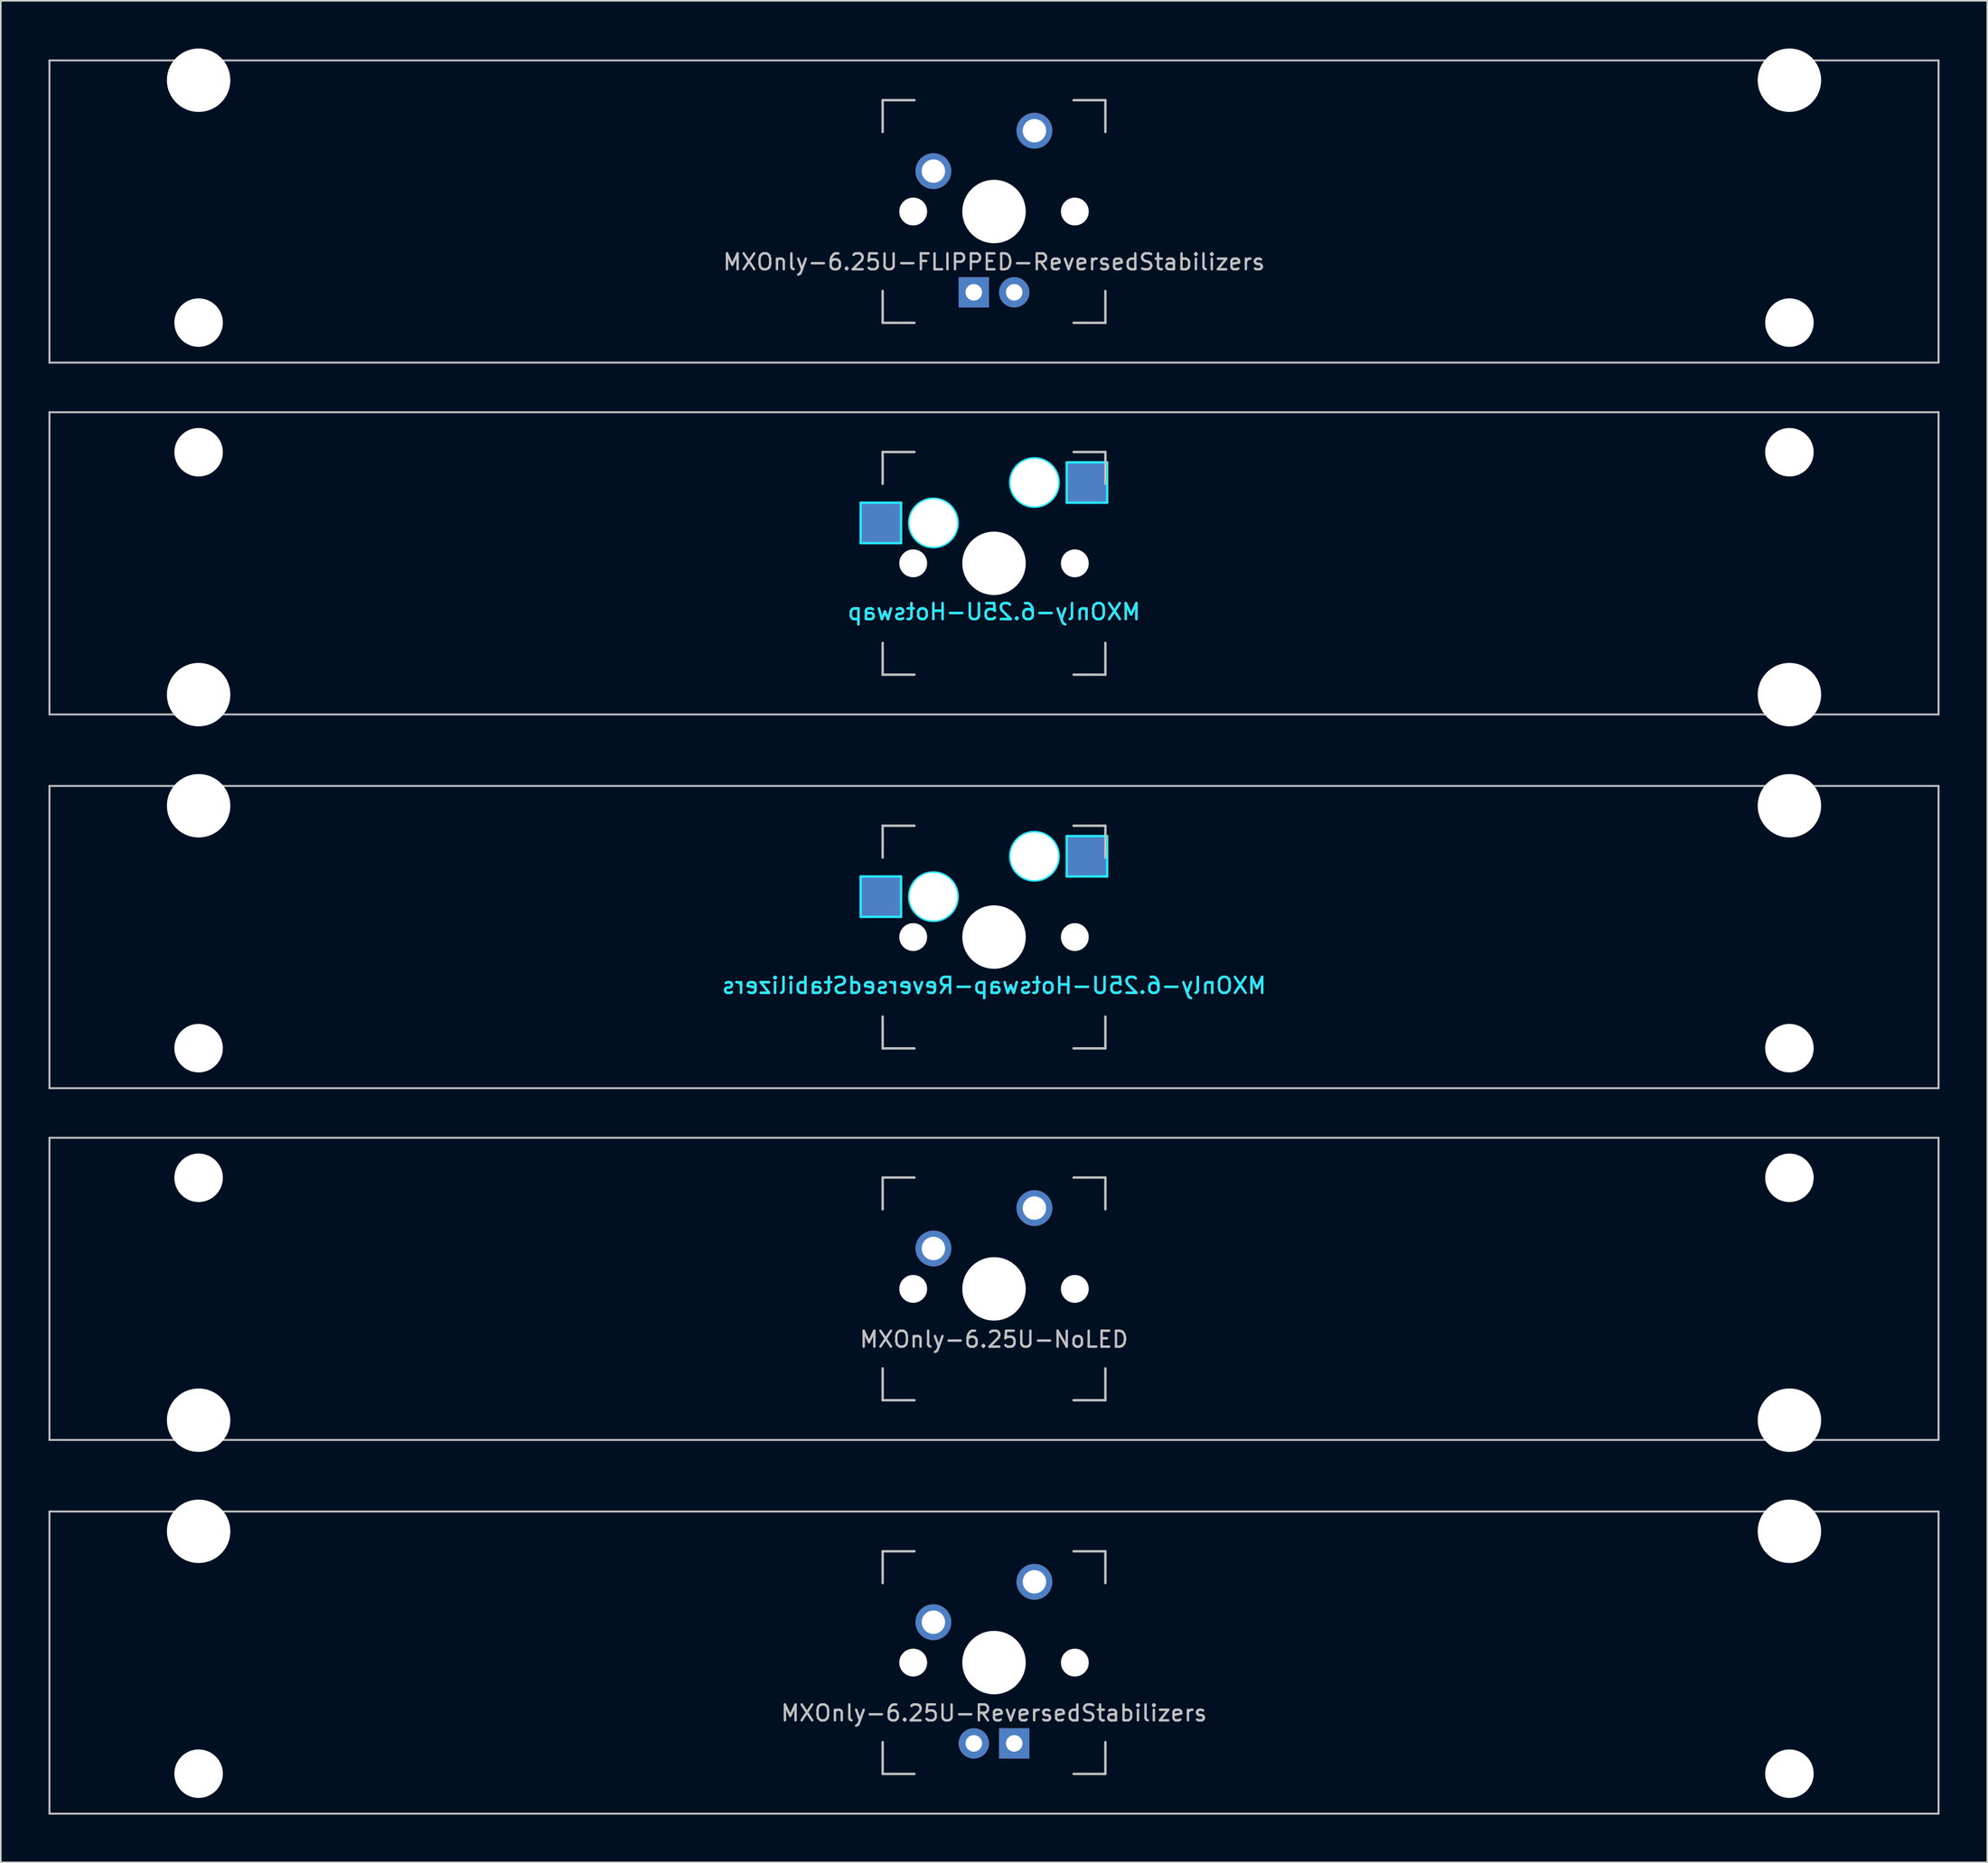
<source format=kicad_pcb>
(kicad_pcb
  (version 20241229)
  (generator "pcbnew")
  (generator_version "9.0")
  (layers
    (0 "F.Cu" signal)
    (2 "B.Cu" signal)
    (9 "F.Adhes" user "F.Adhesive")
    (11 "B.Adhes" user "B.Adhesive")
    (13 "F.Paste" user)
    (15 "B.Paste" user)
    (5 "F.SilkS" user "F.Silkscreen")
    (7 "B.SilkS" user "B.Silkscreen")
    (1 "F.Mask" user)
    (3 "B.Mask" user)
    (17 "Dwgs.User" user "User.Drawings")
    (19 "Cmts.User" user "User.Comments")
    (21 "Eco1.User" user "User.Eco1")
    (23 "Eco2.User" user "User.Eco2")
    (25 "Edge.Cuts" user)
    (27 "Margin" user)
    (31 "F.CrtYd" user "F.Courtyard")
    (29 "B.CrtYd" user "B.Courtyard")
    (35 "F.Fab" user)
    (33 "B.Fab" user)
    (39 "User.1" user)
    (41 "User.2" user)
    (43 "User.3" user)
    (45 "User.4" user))
  (footprint "MXOnly-6.25U-ReversedStabilizers"
    (layer "F.Cu")
    (at 59.435 101.484)
    (property "Reference" "MXOnly-6.25U-ReversedStabilizers" (at 0 3.175 0) (layer "Dwgs.User") (effects (font (size 1 1) (thickness 0.15))))
    (attr through_hole)
    (fp_line (start -59.375 -9.5) (end -59.375 9.5) (stroke (width 0.12) (type solid)) (layer "Dwgs.User"))
    (fp_line (start -59.375 9.5) (end 59.375 9.5) (stroke (width 0.12) (type solid)) (layer "Dwgs.User"))
    (fp_line (start -7 -7) (end -7 -5) (stroke (width 0.15) (type solid)) (layer "Dwgs.User"))
    (fp_line (start -7 5) (end -7 7) (stroke (width 0.15) (type solid)) (layer "Dwgs.User"))
    (fp_line (start -7 7) (end -5 7) (stroke (width 0.15) (type solid)) (layer "Dwgs.User"))
    (fp_line (start -5 -7) (end -7 -7) (stroke (width 0.15) (type solid)) (layer "Dwgs.User"))
    (fp_line (start 5 -7) (end 7 -7) (stroke (width 0.15) (type solid)) (layer "Dwgs.User"))
    (fp_line (start 5 7) (end 7 7) (stroke (width 0.15) (type solid)) (layer "Dwgs.User"))
    (fp_line (start 7 -7) (end 7 -5) (stroke (width 0.15) (type solid)) (layer "Dwgs.User"))
    (fp_line (start 7 7) (end 7 5) (stroke (width 0.15) (type solid)) (layer "Dwgs.User"))
    (fp_line (start 59.375 -9.5) (end -59.375 -9.5) (stroke (width 0.12) (type solid)) (layer "Dwgs.User"))
    (fp_line (start 59.375 9.5) (end 59.375 -9.5) (stroke (width 0.12) (type solid)) (layer "Dwgs.User"))
    (pad "" np_thru_hole circle (at -50 -8.255) (size 3.988 3.988) (drill 3.988) (layers "*.Cu" "*.Mask"))
    (pad "" np_thru_hole circle (at -50 6.985) (size 3.048 3.048) (drill 3.048) (layers "*.Cu" "*.Mask"))
    (pad "" np_thru_hole circle (at -5.08 0 48.1) (size 1.75 1.75) (drill 1.75) (layers "*.Cu" "*.Mask"))
    (pad "" np_thru_hole circle (at 0 0) (size 3.988 3.988) (drill 3.988) (layers "*.Cu" "*.Mask"))
    (pad "" np_thru_hole circle (at 5.08 0 48.1) (size 1.75 1.75) (drill 1.75) (layers "*.Cu" "*.Mask"))
    (pad "" np_thru_hole circle (at 50 -8.255) (size 3.988 3.988) (drill 3.988) (layers "*.Cu" "*.Mask"))
    (pad "" np_thru_hole circle (at 50 6.985) (size 3.048 3.048) (drill 3.048) (layers "*.Cu" "*.Mask"))
    (pad "1" thru_hole circle (at -3.81 -2.54) (size 2.25 2.25) (drill 1.47) (layers "*.Cu" "B.Mask"))
    (pad "2" thru_hole circle (at 2.54 -5.08) (size 2.25 2.25) (drill 1.47) (layers "*.Cu" "B.Mask"))
    (pad "3" thru_hole circle (at -1.27 5.08) (size 1.905 1.905) (drill 1.04) (layers "*.Cu" "B.Mask"))
    (pad "4" thru_hole rect (at 1.27 5.08) (size 1.905 1.905) (drill 1.04) (layers "*.Cu" "B.Mask")))
  (footprint "MXOnly-6.25U-FLIPPED-ReversedStabilizers"
    (layer "F.Cu")
    (at 59.435 10.249)
    (property "Reference" "MXOnly-6.25U-FLIPPED-ReversedStabilizers" (at 0 3.175 0) (layer "Dwgs.User") (effects (font (size 1 1) (thickness 0.15))))
    (attr through_hole)
    (fp_line (start -59.375 -9.5) (end -59.375 9.5) (stroke (width 0.12) (type solid)) (layer "Dwgs.User"))
    (fp_line (start -59.375 9.5) (end 59.375 9.5) (stroke (width 0.12) (type solid)) (layer "Dwgs.User"))
    (fp_line (start -7 -7) (end -7 -5) (stroke (width 0.15) (type solid)) (layer "Dwgs.User"))
    (fp_line (start -7 5) (end -7 7) (stroke (width 0.15) (type solid)) (layer "Dwgs.User"))
    (fp_line (start -7 7) (end -5 7) (stroke (width 0.15) (type solid)) (layer "Dwgs.User"))
    (fp_line (start -5 -7) (end -7 -7) (stroke (width 0.15) (type solid)) (layer "Dwgs.User"))
    (fp_line (start 5 -7) (end 7 -7) (stroke (width 0.15) (type solid)) (layer "Dwgs.User"))
    (fp_line (start 5 7) (end 7 7) (stroke (width 0.15) (type solid)) (layer "Dwgs.User"))
    (fp_line (start 7 -7) (end 7 -5) (stroke (width 0.15) (type solid)) (layer "Dwgs.User"))
    (fp_line (start 7 7) (end 7 5) (stroke (width 0.15) (type solid)) (layer "Dwgs.User"))
    (fp_line (start 59.375 -9.5) (end -59.375 -9.5) (stroke (width 0.12) (type solid)) (layer "Dwgs.User"))
    (fp_line (start 59.375 9.5) (end 59.375 -9.5) (stroke (width 0.12) (type solid)) (layer "Dwgs.User"))
    (pad "" np_thru_hole circle (at -50 -8.255) (size 3.988 3.988) (drill 3.988) (layers "*.Cu" "*.Mask"))
    (pad "" np_thru_hole circle (at -50 6.985) (size 3.048 3.048) (drill 3.048) (layers "*.Cu" "*.Mask"))
    (pad "" np_thru_hole circle (at -5.08 0 48.1) (size 1.75 1.75) (drill 1.75) (layers "*.Cu" "*.Mask"))
    (pad "" np_thru_hole circle (at 0 0) (size 3.988 3.988) (drill 3.988) (layers "*.Cu" "*.Mask"))
    (pad "" np_thru_hole circle (at 5.08 0 48.1) (size 1.75 1.75) (drill 1.75) (layers "*.Cu" "*.Mask"))
    (pad "" np_thru_hole circle (at 50 -8.255) (size 3.988 3.988) (drill 3.988) (layers "*.Cu" "*.Mask"))
    (pad "" np_thru_hole circle (at 50 6.985) (size 3.048 3.048) (drill 3.048) (layers "*.Cu" "*.Mask"))
    (pad "1" thru_hole circle (at -3.81 -2.54) (size 2.25 2.25) (drill 1.47) (layers "*.Cu" "B.Mask"))
    (pad "2" thru_hole circle (at 2.54 -5.08) (size 2.25 2.25) (drill 1.47) (layers "*.Cu" "B.Mask"))
    (pad "3" thru_hole circle (at 1.27 5.08) (size 1.905 1.905) (drill 1.04) (layers "*.Cu" "B.Mask"))
    (pad "4" thru_hole rect (at -1.27 5.08) (size 1.905 1.905) (drill 1.04) (layers "*.Cu" "B.Mask")))
  (footprint "MXOnly-6.25U-Hotswap"
    (layer "F.Cu")
    (at 59.435 32.369)
    (property "Reference" "MXOnly-6.25U-Hotswap" (at 0 3.048 0) (layer "B.CrtYd") (effects (font (size 1 1) (thickness 0.15)) (justify mirror)))
    (attr smd)
    (fp_line (start -59.375 -9.5) (end -59.375 9.5) (stroke (width 0.12) (type solid)) (layer "Dwgs.User"))
    (fp_line (start -59.375 9.5) (end 59.375 9.5) (stroke (width 0.12) (type solid)) (layer "Dwgs.User"))
    (fp_line (start -7 -7) (end -7 -5) (stroke (width 0.15) (type solid)) (layer "Dwgs.User"))
    (fp_line (start -7 5) (end -7 7) (stroke (width 0.15) (type solid)) (layer "Dwgs.User"))
    (fp_line (start -7 7) (end -5 7) (stroke (width 0.15) (type solid)) (layer "Dwgs.User"))
    (fp_line (start -5 -7) (end -7 -7) (stroke (width 0.15) (type solid)) (layer "Dwgs.User"))
    (fp_line (start 5 -7) (end 7 -7) (stroke (width 0.15) (type solid)) (layer "Dwgs.User"))
    (fp_line (start 5 7) (end 7 7) (stroke (width 0.15) (type solid)) (layer "Dwgs.User"))
    (fp_line (start 7 -7) (end 7 -5) (stroke (width 0.15) (type solid)) (layer "Dwgs.User"))
    (fp_line (start 7 7) (end 7 5) (stroke (width 0.15) (type solid)) (layer "Dwgs.User"))
    (fp_line (start 59.375 -9.5) (end -59.375 -9.5) (stroke (width 0.12) (type solid)) (layer "Dwgs.User"))
    (fp_line (start 59.375 9.5) (end 59.375 -9.5) (stroke (width 0.12) (type solid)) (layer "Dwgs.User"))
    (fp_line (start -8.382 -3.81) (end -5.842 -3.81) (stroke (width 0.15) (type solid)) (layer "B.CrtYd"))
    (fp_line (start -8.382 -1.27) (end -8.382 -3.81) (stroke (width 0.15) (type solid)) (layer "B.CrtYd"))
    (fp_line (start -5.842 -3.81) (end -5.842 -1.27) (stroke (width 0.15) (type solid)) (layer "B.CrtYd"))
    (fp_line (start -5.842 -1.27) (end -8.382 -1.27) (stroke (width 0.15) (type solid)) (layer "B.CrtYd"))
    (fp_line (start 4.572 -6.35) (end 7.112 -6.35) (stroke (width 0.15) (type solid)) (layer "B.CrtYd"))
    (fp_line (start 4.572 -3.81) (end 4.572 -6.35) (stroke (width 0.15) (type solid)) (layer "B.CrtYd"))
    (fp_line (start 7.112 -6.35) (end 7.112 -3.81) (stroke (width 0.15) (type solid)) (layer "B.CrtYd"))
    (fp_line (start 7.112 -3.81) (end 4.572 -3.81) (stroke (width 0.15) (type solid)) (layer "B.CrtYd"))
    (fp_circle (center -3.81 -2.54) (end -3.81 -4.064) (stroke (width 0.15) (type solid)) (fill no) (layer "B.CrtYd"))
    (fp_circle (center 2.54 -5.08) (end 2.54 -6.604) (stroke (width 0.15) (type solid)) (fill no) (layer "B.CrtYd"))
    (fp_text user "${REFERENCE}" (at 0 3.048 0) (layer "B.SilkS") (effects (font (size 1 1) (thickness 0.15)) (justify mirror)))
    (pad "" np_thru_hole circle (at -50 -6.985) (size 3.048 3.048) (drill 3.048) (layers "*.Cu" "*.Mask"))
    (pad "" np_thru_hole circle (at -50 8.255) (size 3.988 3.988) (drill 3.988) (layers "*.Cu" "*.Mask"))
    (pad "" np_thru_hole circle (at -5.08 0 48.1) (size 1.75 1.75) (drill 1.75) (layers "*.Cu" "*.Mask"))
    (pad "" np_thru_hole circle (at -3.81 -2.54) (size 3 3) (drill 3) (layers "*.Cu" "*.Mask"))
    (pad "" np_thru_hole circle (at 0 0) (size 3.988 3.988) (drill 3.988) (layers "*.Cu" "*.Mask"))
    (pad "" np_thru_hole circle (at 2.54 -5.08) (size 3 3) (drill 3) (layers "*.Cu" "*.Mask"))
    (pad "" np_thru_hole circle (at 5.08 0 48.1) (size 1.75 1.75) (drill 1.75) (layers "*.Cu" "*.Mask"))
    (pad "" np_thru_hole circle (at 50 -6.985) (size 3.048 3.048) (drill 3.048) (layers "*.Cu" "*.Mask"))
    (pad "" np_thru_hole circle (at 50 8.255) (size 3.988 3.988) (drill 3.988) (layers "*.Cu" "*.Mask"))
    (pad "1" smd rect (at -7.085 -2.54) (size 2.55 2.5) (layers "B.Cu" "B.Mask" "B.Paste"))
    (pad "2" smd rect (at 5.842 -5.08) (size 2.55 2.5) (layers "B.Cu" "B.Mask" "B.Paste")))
  (footprint "MXOnly-6.25U-NoLED"
    (layer "F.Cu")
    (at 59.435 77.987)
    (property "Reference" "MXOnly-6.25U-NoLED" (at 0 3.175 0) (layer "Dwgs.User") (effects (font (size 1 1) (thickness 0.15))))
    (attr through_hole)
    (fp_line (start -59.375 -9.5) (end -59.375 9.5) (stroke (width 0.12) (type solid)) (layer "Dwgs.User"))
    (fp_line (start -59.375 9.5) (end 59.375 9.5) (stroke (width 0.12) (type solid)) (layer "Dwgs.User"))
    (fp_line (start -7 -7) (end -7 -5) (stroke (width 0.15) (type solid)) (layer "Dwgs.User"))
    (fp_line (start -7 5) (end -7 7) (stroke (width 0.15) (type solid)) (layer "Dwgs.User"))
    (fp_line (start -7 7) (end -5 7) (stroke (width 0.15) (type solid)) (layer "Dwgs.User"))
    (fp_line (start -5 -7) (end -7 -7) (stroke (width 0.15) (type solid)) (layer "Dwgs.User"))
    (fp_line (start 5 -7) (end 7 -7) (stroke (width 0.15) (type solid)) (layer "Dwgs.User"))
    (fp_line (start 5 7) (end 7 7) (stroke (width 0.15) (type solid)) (layer "Dwgs.User"))
    (fp_line (start 7 -7) (end 7 -5) (stroke (width 0.15) (type solid)) (layer "Dwgs.User"))
    (fp_line (start 7 7) (end 7 5) (stroke (width 0.15) (type solid)) (layer "Dwgs.User"))
    (fp_line (start 59.375 -9.5) (end -59.375 -9.5) (stroke (width 0.12) (type solid)) (layer "Dwgs.User"))
    (fp_line (start 59.375 9.5) (end 59.375 -9.5) (stroke (width 0.12) (type solid)) (layer "Dwgs.User"))
    (pad "" np_thru_hole circle (at -50 -6.985) (size 3.048 3.048) (drill 3.048) (layers "*.Cu" "*.Mask"))
    (pad "" np_thru_hole circle (at -50 8.255) (size 3.988 3.988) (drill 3.988) (layers "*.Cu" "*.Mask"))
    (pad "" np_thru_hole circle (at -5.08 0 48.1) (size 1.75 1.75) (drill 1.75) (layers "*.Cu" "*.Mask"))
    (pad "" np_thru_hole circle (at 0 0) (size 3.988 3.988) (drill 3.988) (layers "*.Cu" "*.Mask"))
    (pad "" np_thru_hole circle (at 5.08 0 48.1) (size 1.75 1.75) (drill 1.75) (layers "*.Cu" "*.Mask"))
    (pad "" np_thru_hole circle (at 50 -6.985) (size 3.048 3.048) (drill 3.048) (layers "*.Cu" "*.Mask"))
    (pad "" np_thru_hole circle (at 50 8.255) (size 3.988 3.988) (drill 3.988) (layers "*.Cu" "*.Mask"))
    (pad "1" thru_hole circle (at -3.81 -2.54) (size 2.25 2.25) (drill 1.47) (layers "*.Cu" "B.Mask"))
    (pad "2" thru_hole circle (at 2.54 -5.08) (size 2.25 2.25) (drill 1.47) (layers "*.Cu" "B.Mask")))
  (footprint "MXOnly-6.25U-Hotswap-ReversedStabilizers"
    (layer "F.Cu")
    (at 59.435 55.867)
    (property "Reference" "MXOnly-6.25U-Hotswap-ReversedStabilizers" (at 0 3.048 0) (layer "B.CrtYd") (effects (font (size 1 1) (thickness 0.15)) (justify mirror)))
    (attr smd)
    (fp_line (start -59.375 -9.5) (end -59.375 9.5) (stroke (width 0.12) (type solid)) (layer "Dwgs.User"))
    (fp_line (start -59.375 9.5) (end 59.375 9.5) (stroke (width 0.12) (type solid)) (layer "Dwgs.User"))
    (fp_line (start -7 -7) (end -7 -5) (stroke (width 0.15) (type solid)) (layer "Dwgs.User"))
    (fp_line (start -7 5) (end -7 7) (stroke (width 0.15) (type solid)) (layer "Dwgs.User"))
    (fp_line (start -7 7) (end -5 7) (stroke (width 0.15) (type solid)) (layer "Dwgs.User"))
    (fp_line (start -5 -7) (end -7 -7) (stroke (width 0.15) (type solid)) (layer "Dwgs.User"))
    (fp_line (start 5 -7) (end 7 -7) (stroke (width 0.15) (type solid)) (layer "Dwgs.User"))
    (fp_line (start 5 7) (end 7 7) (stroke (width 0.15) (type solid)) (layer "Dwgs.User"))
    (fp_line (start 7 -7) (end 7 -5) (stroke (width 0.15) (type solid)) (layer "Dwgs.User"))
    (fp_line (start 7 7) (end 7 5) (stroke (width 0.15) (type solid)) (layer "Dwgs.User"))
    (fp_line (start 59.375 -9.5) (end -59.375 -9.5) (stroke (width 0.12) (type solid)) (layer "Dwgs.User"))
    (fp_line (start 59.375 9.5) (end 59.375 -9.5) (stroke (width 0.12) (type solid)) (layer "Dwgs.User"))
    (fp_line (start -8.382 -3.81) (end -5.842 -3.81) (stroke (width 0.15) (type solid)) (layer "B.CrtYd"))
    (fp_line (start -8.382 -1.27) (end -8.382 -3.81) (stroke (width 0.15) (type solid)) (layer "B.CrtYd"))
    (fp_line (start -5.842 -3.81) (end -5.842 -1.27) (stroke (width 0.15) (type solid)) (layer "B.CrtYd"))
    (fp_line (start -5.842 -1.27) (end -8.382 -1.27) (stroke (width 0.15) (type solid)) (layer "B.CrtYd"))
    (fp_line (start 4.572 -6.35) (end 7.112 -6.35) (stroke (width 0.15) (type solid)) (layer "B.CrtYd"))
    (fp_line (start 4.572 -3.81) (end 4.572 -6.35) (stroke (width 0.15) (type solid)) (layer "B.CrtYd"))
    (fp_line (start 7.112 -6.35) (end 7.112 -3.81) (stroke (width 0.15) (type solid)) (layer "B.CrtYd"))
    (fp_line (start 7.112 -3.81) (end 4.572 -3.81) (stroke (width 0.15) (type solid)) (layer "B.CrtYd"))
    (fp_circle (center -3.81 -2.54) (end -3.81 -4.064) (stroke (width 0.15) (type solid)) (fill no) (layer "B.CrtYd"))
    (fp_circle (center 2.54 -5.08) (end 2.54 -6.604) (stroke (width 0.15) (type solid)) (fill no) (layer "B.CrtYd"))
    (fp_text user "${REFERENCE}" (at 0 3.048 0) (layer "B.SilkS") (effects (font (size 1 1) (thickness 0.15)) (justify mirror)))
    (pad "" np_thru_hole circle (at -50 -8.255) (size 3.988 3.988) (drill 3.988) (layers "*.Cu" "*.Mask"))
    (pad "" np_thru_hole circle (at -50 6.985) (size 3.048 3.048) (drill 3.048) (layers "*.Cu" "*.Mask"))
    (pad "" np_thru_hole circle (at -5.08 0 48.1) (size 1.75 1.75) (drill 1.75) (layers "*.Cu" "*.Mask"))
    (pad "" np_thru_hole circle (at -3.81 -2.54) (size 3 3) (drill 3) (layers "*.Cu" "*.Mask"))
    (pad "" np_thru_hole circle (at 0 0) (size 3.988 3.988) (drill 3.988) (layers "*.Cu" "*.Mask"))
    (pad "" np_thru_hole circle (at 2.54 -5.08) (size 3 3) (drill 3) (layers "*.Cu" "*.Mask"))
    (pad "" np_thru_hole circle (at 5.08 0 48.1) (size 1.75 1.75) (drill 1.75) (layers "*.Cu" "*.Mask"))
    (pad "" np_thru_hole circle (at 50 -8.255) (size 3.988 3.988) (drill 3.988) (layers "*.Cu" "*.Mask"))
    (pad "" np_thru_hole circle (at 50 6.985) (size 3.048 3.048) (drill 3.048) (layers "*.Cu" "*.Mask"))
    (pad "1" smd rect (at -7.085 -2.54) (size 2.55 2.5) (layers "B.Cu" "B.Mask" "B.Paste"))
    (pad "2" smd rect (at 5.842 -5.08) (size 2.55 2.5) (layers "B.Cu" "B.Mask" "B.Paste")))
  (gr_rect
    (start -3 -3)
    (end 121.87 114.044)
    (stroke (width 0.1) (type default))
    (fill no)
    (layer "Edge.Cuts")))
</source>
